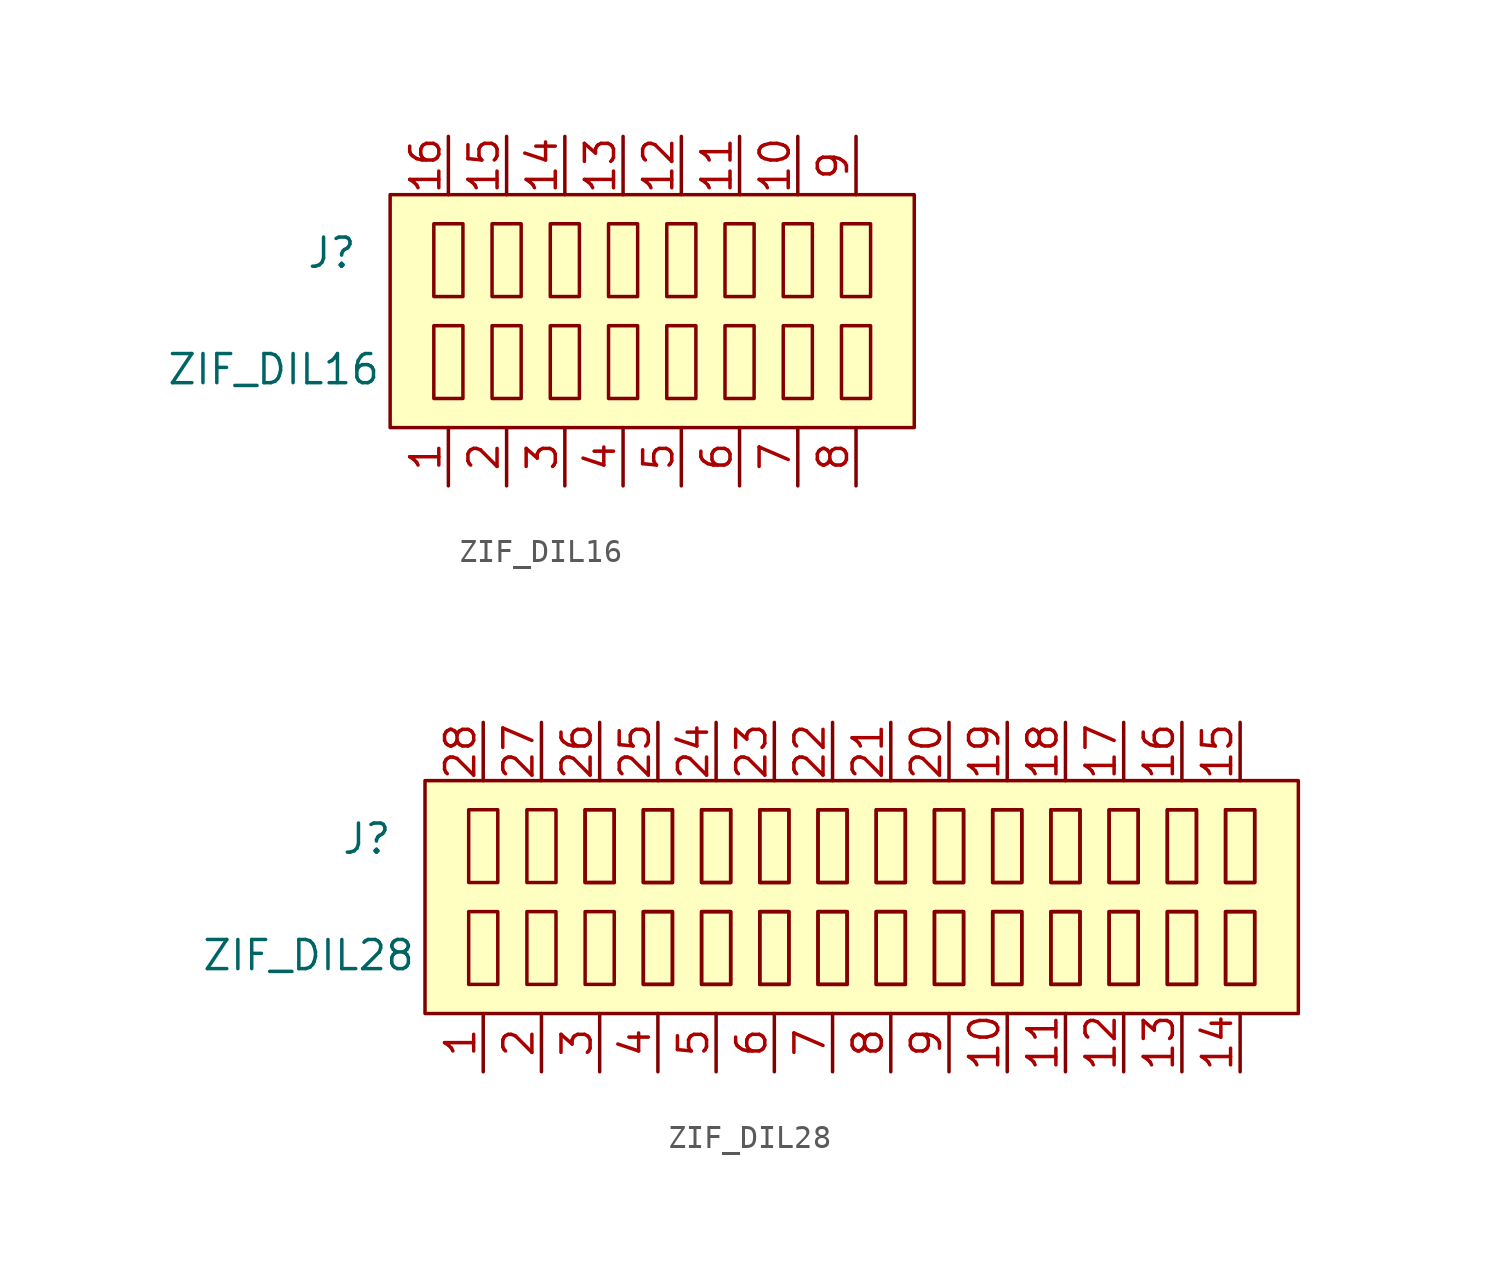
<source format=kicad_sym>
(kicad_symbol_lib
  (version 20220914)
  (generator kicad_symbol_editor)
  (symbol "ZIF_DIL16"
    (pin_names hide)
    (property "Reference" "J"
      (at -12.7 2.54 0)
      (effects (font (size 1.27 1.27))))
    (property "Value" "ZIF_DIL16"
      (at -15.24 -2.54 0)
      (effects (font (size 1.27 1.27))))
    (symbol "ZIF_DIL16_0_0"
      (pin passive line (at -7.62 -7.62 90) (length 2.54) (name "~" (effects (font (size 1.27 1.27)))) (number "1" (effects (font (size 1.27 1.27)))))
      (pin passive line (at 7.62 7.62 270) (length 2.54) (name "~" (effects (font (size 1.27 1.27)))) (number "10" (effects (font (size 1.27 1.27)))))
      (pin passive line (at 5.08 7.62 270) (length 2.54) (name "~" (effects (font (size 1.27 1.27)))) (number "11" (effects (font (size 1.27 1.27)))))
      (pin passive line (at 2.54 7.62 270) (length 2.54) (name "~" (effects (font (size 1.27 1.27)))) (number "12" (effects (font (size 1.27 1.27)))))
      (pin passive line (at 0 7.62 270) (length 2.54) (name "~" (effects (font (size 1.27 1.27)))) (number "13" (effects (font (size 1.27 1.27)))))
      (pin passive line (at -2.54 7.62 270) (length 2.54) (name "~" (effects (font (size 1.27 1.27)))) (number "14" (effects (font (size 1.27 1.27)))))
      (pin passive line (at -5.08 7.62 270) (length 2.54) (name "~" (effects (font (size 1.27 1.27)))) (number "15" (effects (font (size 1.27 1.27)))))
      (pin passive line (at -7.62 7.62 270) (length 2.54) (name "~" (effects (font (size 1.27 1.27)))) (number "16" (effects (font (size 1.27 1.27)))))
      (pin passive line (at -5.08 -7.62 90) (length 2.54) (name "~" (effects (font (size 1.27 1.27)))) (number "2" (effects (font (size 1.27 1.27)))))
      (pin passive line (at -2.54 -7.62 90) (length 2.54) (name "~" (effects (font (size 1.27 1.27)))) (number "3" (effects (font (size 1.27 1.27)))))
      (pin passive line (at 0 -7.62 90) (length 2.54) (name "~" (effects (font (size 1.27 1.27)))) (number "4" (effects (font (size 1.27 1.27)))))
      (pin passive line (at 2.54 -7.62 90) (length 2.54) (name "~" (effects (font (size 1.27 1.27)))) (number "5" (effects (font (size 1.27 1.27)))))
      (pin passive line (at 5.08 -7.62 90) (length 2.54) (name "~" (effects (font (size 1.27 1.27)))) (number "6" (effects (font (size 1.27 1.27)))))
      (pin passive line (at 7.62 -7.62 90) (length 2.54) (name "~" (effects (font (size 1.27 1.27)))) (number "7" (effects (font (size 1.27 1.27)))))
      (pin passive line (at 10.16 -7.62 90) (length 2.54) (name "~" (effects (font (size 1.27 1.27)))) (number "8" (effects (font (size 1.27 1.27)))))
      (pin passive line (at 10.16 7.62 270) (length 2.54) (name "~" (effects (font (size 1.27 1.27)))) (number "9" (effects (font (size 1.27 1.27))))))
    (symbol "ZIF_DIL16_0_1"
      (rectangle (start -10.16 5.08) (end 12.7 -5.08) (stroke (width 0) (type default)) (fill (type background)))
      (rectangle (start -8.255 -0.635) (end -6.985 -3.81) (stroke (width 0) (type default)) (fill (type none)))
      (rectangle (start -8.255 3.81) (end -6.985 0.635) (stroke (width 0) (type default)) (fill (type none)))
      (rectangle (start -5.715 -0.635) (end -4.445 -3.81) (stroke (width 0) (type default)) (fill (type none)))
      (rectangle (start -5.715 3.81) (end -4.445 0.635) (stroke (width 0) (type default)) (fill (type none)))
      (rectangle (start -3.175 -0.635) (end -1.905 -3.81) (stroke (width 0) (type default)) (fill (type none)))
      (rectangle (start -3.175 3.81) (end -1.905 0.635) (stroke (width 0) (type default)) (fill (type none)))
      (rectangle (start -0.635 -0.635) (end 0.635 -3.81) (stroke (width 0) (type default)) (fill (type none)))
      (rectangle (start -0.635 3.81) (end 0.635 0.635) (stroke (width 0) (type default)) (fill (type none)))
      (rectangle (start 1.905 -0.635) (end 3.175 -3.81) (stroke (width 0) (type default)) (fill (type none)))
      (rectangle (start 1.905 3.81) (end 3.175 0.635) (stroke (width 0) (type default)) (fill (type none)))
      (rectangle (start 4.445 -0.635) (end 5.715 -3.81) (stroke (width 0) (type default)) (fill (type none)))
      (rectangle (start 4.445 3.81) (end 5.715 0.635) (stroke (width 0) (type default)) (fill (type none)))
      (rectangle (start 6.985 -0.635) (end 8.255 -3.81) (stroke (width 0) (type default)) (fill (type none)))
      (rectangle (start 6.985 3.81) (end 8.255 0.635) (stroke (width 0) (type default)) (fill (type none)))
      (rectangle (start 9.525 -0.635) (end 10.795 -3.81) (stroke (width 0) (type default)) (fill (type none)))
      (rectangle (start 9.525 3.81) (end 10.795 0.635) (stroke (width 0) (type default)) (fill (type none)))))
  (symbol "ZIF_DIL28"
    (pin_names hide)
    (property "Reference" "J"
      (at -12.7 2.54 0)
      (effects (font (size 1.27 1.27))))
    (property "Value" "ZIF_DIL28"
      (at -15.24 -2.54 0)
      (effects (font (size 1.27 1.27))))
    (symbol "ZIF_DIL28_0_0"
      (pin passive line (at -7.62 -7.62 90) (length 2.54) (name "~" (effects (font (size 1.27 1.27)))) (number "1" (effects (font (size 1.27 1.27)))))
      (pin passive line (at 15.24 -7.62 90) (length 2.54) (name "~" (effects (font (size 1.27 1.27)))) (number "10" (effects (font (size 1.27 1.27)))))
      (pin passive line (at 17.78 -7.62 90) (length 2.54) (name "~" (effects (font (size 1.27 1.27)))) (number "11" (effects (font (size 1.27 1.27)))))
      (pin passive line (at 20.32 -7.62 90) (length 2.54) (name "~" (effects (font (size 1.27 1.27)))) (number "12" (effects (font (size 1.27 1.27)))))
      (pin passive line (at 22.86 -7.62 90) (length 2.54) (name "~" (effects (font (size 1.27 1.27)))) (number "13" (effects (font (size 1.27 1.27)))))
      (pin passive line (at 25.4 -7.62 90) (length 2.54) (name "~" (effects (font (size 1.27 1.27)))) (number "14" (effects (font (size 1.27 1.27)))))
      (pin passive line (at 25.4 7.62 270) (length 2.54) (name "~" (effects (font (size 1.27 1.27)))) (number "15" (effects (font (size 1.27 1.27)))))
      (pin passive line (at 22.86 7.62 270) (length 2.54) (name "~" (effects (font (size 1.27 1.27)))) (number "16" (effects (font (size 1.27 1.27)))))
      (pin passive line (at 20.32 7.62 270) (length 2.54) (name "~" (effects (font (size 1.27 1.27)))) (number "17" (effects (font (size 1.27 1.27)))))
      (pin passive line (at 17.78 7.62 270) (length 2.54) (name "~" (effects (font (size 1.27 1.27)))) (number "18" (effects (font (size 1.27 1.27)))))
      (pin passive line (at 15.24 7.62 270) (length 2.54) (name "~" (effects (font (size 1.27 1.27)))) (number "19" (effects (font (size 1.27 1.27)))))
      (pin passive line (at -5.08 -7.62 90) (length 2.54) (name "~" (effects (font (size 1.27 1.27)))) (number "2" (effects (font (size 1.27 1.27)))))
      (pin passive line (at 12.7 7.62 270) (length 2.54) (name "~" (effects (font (size 1.27 1.27)))) (number "20" (effects (font (size 1.27 1.27)))))
      (pin passive line (at 10.16 7.62 270) (length 2.54) (name "~" (effects (font (size 1.27 1.27)))) (number "21" (effects (font (size 1.27 1.27)))))
      (pin passive line (at 7.62 7.62 270) (length 2.54) (name "~" (effects (font (size 1.27 1.27)))) (number "22" (effects (font (size 1.27 1.27)))))
      (pin passive line (at 5.08 7.62 270) (length 2.54) (name "~" (effects (font (size 1.27 1.27)))) (number "23" (effects (font (size 1.27 1.27)))))
      (pin passive line (at 2.54 7.62 270) (length 2.54) (name "~" (effects (font (size 1.27 1.27)))) (number "24" (effects (font (size 1.27 1.27)))))
      (pin passive line (at 0 7.62 270) (length 2.54) (name "~" (effects (font (size 1.27 1.27)))) (number "25" (effects (font (size 1.27 1.27)))))
      (pin passive line (at -2.54 7.62 270) (length 2.54) (name "~" (effects (font (size 1.27 1.27)))) (number "26" (effects (font (size 1.27 1.27)))))
      (pin passive line (at -5.08 7.62 270) (length 2.54) (name "~" (effects (font (size 1.27 1.27)))) (number "27" (effects (font (size 1.27 1.27)))))
      (pin passive line (at -7.62 7.62 270) (length 2.54) (name "~" (effects (font (size 1.27 1.27)))) (number "28" (effects (font (size 1.27 1.27)))))
      (pin passive line (at -2.54 -7.62 90) (length 2.54) (name "~" (effects (font (size 1.27 1.27)))) (number "3" (effects (font (size 1.27 1.27)))))
      (pin passive line (at 0 -7.62 90) (length 2.54) (name "~" (effects (font (size 1.27 1.27)))) (number "4" (effects (font (size 1.27 1.27)))))
      (pin passive line (at 2.54 -7.62 90) (length 2.54) (name "~" (effects (font (size 1.27 1.27)))) (number "5" (effects (font (size 1.27 1.27)))))
      (pin passive line (at 5.08 -7.62 90) (length 2.54) (name "~" (effects (font (size 1.27 1.27)))) (number "6" (effects (font (size 1.27 1.27)))))
      (pin passive line (at 7.62 -7.62 90) (length 2.54) (name "~" (effects (font (size 1.27 1.27)))) (number "7" (effects (font (size 1.27 1.27)))))
      (pin passive line (at 10.16 -7.62 90) (length 2.54) (name "~" (effects (font (size 1.27 1.27)))) (number "8" (effects (font (size 1.27 1.27)))))
      (pin passive line (at 12.7 -7.62 90) (length 2.54) (name "~" (effects (font (size 1.27 1.27)))) (number "9" (effects (font (size 1.27 1.27))))))
    (symbol "ZIF_DIL28_0_1"
      (rectangle (start -10.16 5.08) (end 27.94 -5.08) (stroke (width 0) (type default)) (fill (type background)))
      (rectangle (start -8.255 -0.635) (end -6.985 -3.81) (stroke (width 0) (type default)) (fill (type none)))
      (rectangle (start -8.255 3.81) (end -6.985 0.635) (stroke (width 0) (type default)) (fill (type none)))
      (rectangle (start -5.715 -0.635) (end -4.445 -3.81) (stroke (width 0) (type default)) (fill (type none)))
      (rectangle (start -5.715 3.81) (end -4.445 0.635) (stroke (width 0) (type default)) (fill (type none)))
      (rectangle (start -3.175 -0.635) (end -1.905 -3.81) (stroke (width 0) (type default)) (fill (type none)))
      (rectangle (start -3.175 3.81) (end -1.905 0.635) (stroke (width 0) (type default)) (fill (type none)))
      (rectangle (start -3.175 3.81) (end -1.905 0.635) (stroke (width 0) (type default)) (fill (type none)))
      (rectangle (start -0.635 -0.635) (end 0.635 -3.81) (stroke (width 0) (type default)) (fill (type none)))
      (rectangle (start -0.635 -0.635) (end 0.635 -3.81) (stroke (width 0) (type default)) (fill (type none)))
      (rectangle (start -0.635 3.81) (end 0.635 0.635) (stroke (width 0) (type default)) (fill (type none)))
      (rectangle (start -0.635 3.81) (end 0.635 0.635) (stroke (width 0) (type default)) (fill (type none)))
      (rectangle (start 1.905 -0.635) (end 3.175 -3.81) (stroke (width 0) (type default)) (fill (type none)))
      (rectangle (start 1.905 -0.635) (end 3.175 -3.81) (stroke (width 0) (type default)) (fill (type none)))
      (rectangle (start 1.905 3.81) (end 3.175 0.635) (stroke (width 0) (type default)) (fill (type none)))
      (rectangle (start 1.905 3.81) (end 3.175 0.635) (stroke (width 0) (type default)) (fill (type none)))
      (rectangle (start 4.445 -0.635) (end 5.715 -3.81) (stroke (width 0) (type default)) (fill (type none)))
      (rectangle (start 4.445 -0.635) (end 5.715 -3.81) (stroke (width 0) (type default)) (fill (type none)))
      (rectangle (start 4.445 3.81) (end 5.715 0.635) (stroke (width 0) (type default)) (fill (type none)))
      (rectangle (start 4.445 3.81) (end 5.715 0.635) (stroke (width 0) (type default)) (fill (type none)))
      (rectangle (start 6.985 -0.635) (end 8.255 -3.81) (stroke (width 0) (type default)) (fill (type none)))
      (rectangle (start 6.985 -0.635) (end 8.255 -3.81) (stroke (width 0) (type default)) (fill (type none)))
      (rectangle (start 6.985 3.81) (end 8.255 0.635) (stroke (width 0) (type default)) (fill (type none)))
      (rectangle (start 6.985 3.81) (end 8.255 0.635) (stroke (width 0) (type default)) (fill (type none)))
      (rectangle (start 9.525 -0.635) (end 10.795 -3.81) (stroke (width 0) (type default)) (fill (type none)))
      (rectangle (start 9.525 -0.635) (end 10.795 -3.81) (stroke (width 0) (type default)) (fill (type none)))
      (rectangle (start 9.525 3.81) (end 10.795 0.635) (stroke (width 0) (type default)) (fill (type none)))
      (rectangle (start 9.525 3.81) (end 10.795 0.635) (stroke (width 0) (type default)) (fill (type none)))
      (rectangle (start 12.065 -0.635) (end 13.335 -3.81) (stroke (width 0) (type default)) (fill (type none)))
      (rectangle (start 12.065 -0.635) (end 13.335 -3.81) (stroke (width 0) (type default)) (fill (type none)))
      (rectangle (start 12.065 3.81) (end 13.335 0.635) (stroke (width 0) (type default)) (fill (type none)))
      (rectangle (start 12.065 3.81) (end 13.335 0.635) (stroke (width 0) (type default)) (fill (type none)))
      (rectangle (start 14.605 -0.635) (end 15.875 -3.81) (stroke (width 0) (type default)) (fill (type none)))
      (rectangle (start 14.605 -0.635) (end 15.875 -3.81) (stroke (width 0) (type default)) (fill (type none)))
      (rectangle (start 14.605 3.81) (end 15.875 0.635) (stroke (width 0) (type default)) (fill (type none)))
      (rectangle (start 14.605 3.81) (end 15.875 0.635) (stroke (width 0) (type default)) (fill (type none)))
      (rectangle (start 17.145 -0.635) (end 18.415 -3.81) (stroke (width 0) (type default)) (fill (type none)))
      (rectangle (start 17.145 -0.635) (end 18.415 -3.81) (stroke (width 0) (type default)) (fill (type none)))
      (rectangle (start 17.145 3.81) (end 18.415 0.635) (stroke (width 0) (type default)) (fill (type none)))
      (rectangle (start 17.145 3.81) (end 18.415 0.635) (stroke (width 0) (type default)) (fill (type none)))
      (rectangle (start 19.685 -0.635) (end 20.955 -3.81) (stroke (width 0) (type default)) (fill (type none)))
      (rectangle (start 19.685 -0.635) (end 20.955 -3.81) (stroke (width 0) (type default)) (fill (type none)))
      (rectangle (start 19.685 3.81) (end 20.955 0.635) (stroke (width 0) (type default)) (fill (type none)))
      (rectangle (start 19.685 3.81) (end 20.955 0.635) (stroke (width 0) (type default)) (fill (type none)))
      (rectangle (start 22.225 -0.635) (end 23.495 -3.81) (stroke (width 0) (type default)) (fill (type none)))
      (rectangle (start 22.225 -0.635) (end 23.495 -3.81) (stroke (width 0) (type default)) (fill (type none)))
      (rectangle (start 22.225 3.81) (end 23.495 0.635) (stroke (width 0) (type default)) (fill (type none)))
      (rectangle (start 22.225 3.81) (end 23.495 0.635) (stroke (width 0) (type default)) (fill (type none)))
      (rectangle (start 24.765 -0.635) (end 26.035 -3.81) (stroke (width 0) (type default)) (fill (type none)))
      (rectangle (start 24.765 -0.635) (end 26.035 -3.81) (stroke (width 0) (type default)) (fill (type none)))
      (rectangle (start 24.765 3.81) (end 26.035 0.635) (stroke (width 0) (type default)) (fill (type none)))
      (rectangle (start 24.765 3.81) (end 26.035 0.635) (stroke (width 0) (type default)) (fill (type none))))))
</source>
